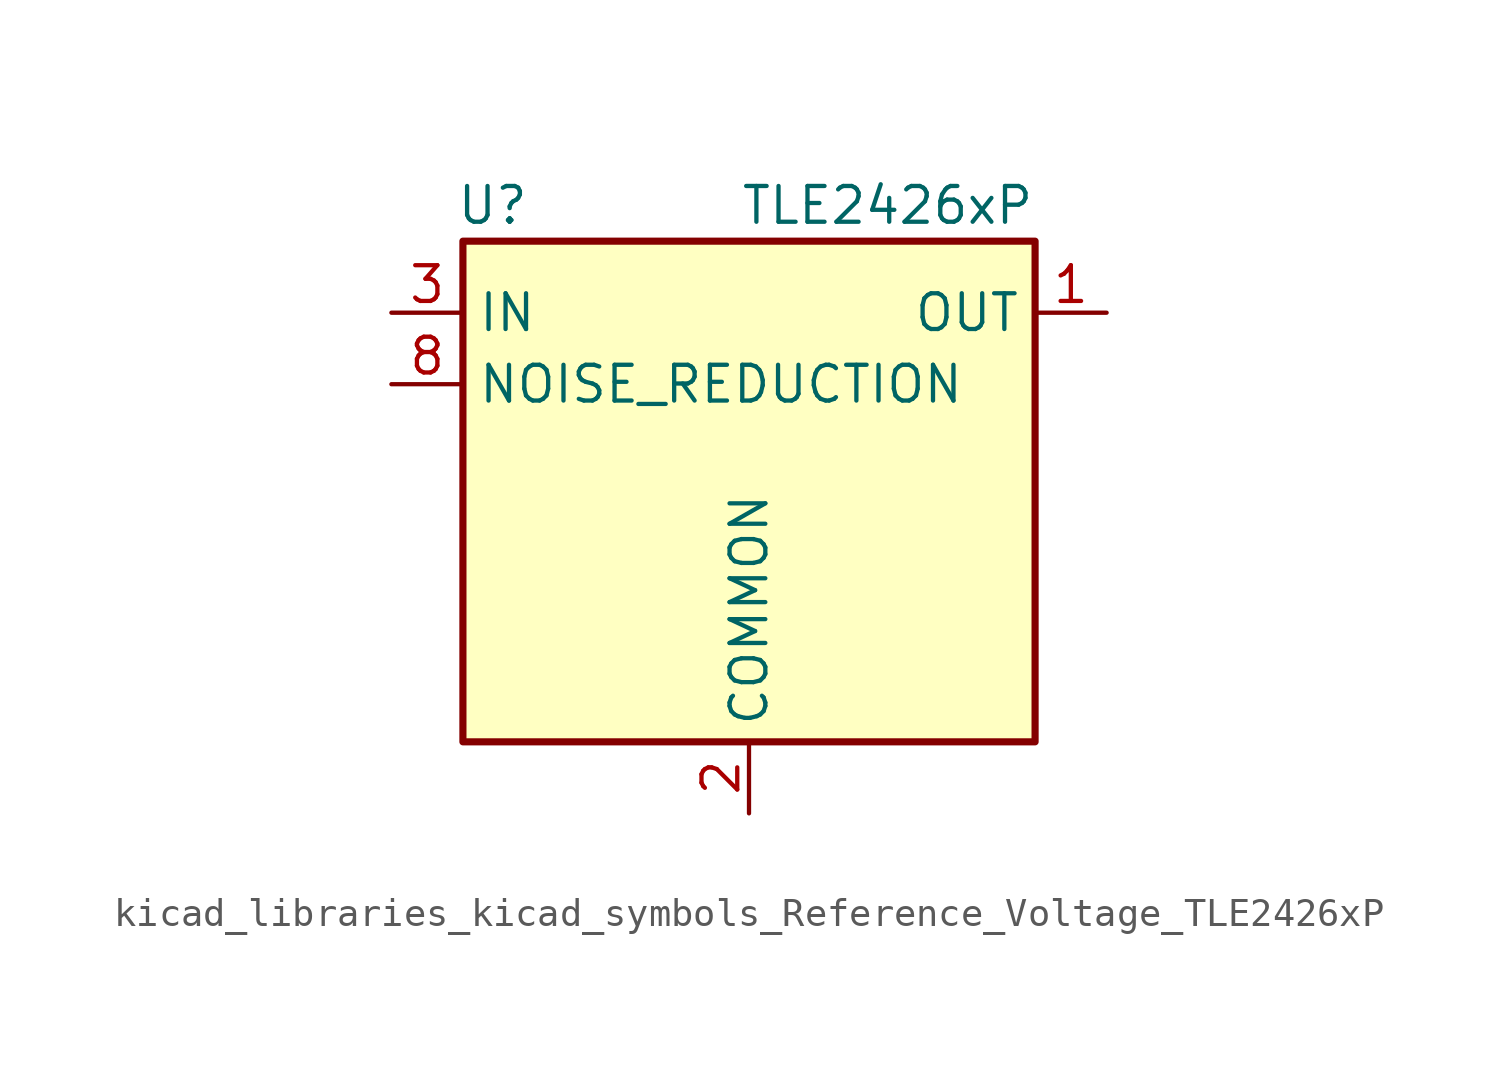
<source format=kicad_sym>
(kicad_symbol_lib
  (version 20220914)
  (generator kicad_symbol_editor)
  (symbol "kicad_libraries_kicad_symbols_Reference_Voltage_TLE2426xP"
    (property "Reference" "U"
      (at -10.414 8.89 0)
      (effects (font (size 1.27 1.27)) (justify left)))
    (property "Value" "TLE2426xP"
      (at 10.16 8.89 0)
      (effects (font (size 1.27 1.27)) (justify right)))
    (symbol "kicad_libraries_kicad_symbols_Reference_Voltage_TLE2426xP_0_1"
      (rectangle (start -10.16 7.62) (end 10.16 -10.16) (stroke (width 0.254) (type default)) (fill (type background))))
    (symbol "kicad_libraries_kicad_symbols_Reference_Voltage_TLE2426xP_1_1"
      (pin power_out line (at 12.7 5.08 180) (length 2.54) (name "OUT" (effects (font (size 1.27 1.27)))) (number "1" (effects (font (size 1.27 1.27)))))
      (pin power_in line (at 0 -12.7 90) (length 2.54) (name "COMMON" (effects (font (size 1.27 1.27)))) (number "2" (effects (font (size 1.27 1.27)))))
      (pin power_in line (at -12.7 5.08 0) (length 2.54) (name "IN" (effects (font (size 1.27 1.27)))) (number "3" (effects (font (size 1.27 1.27)))))
      (pin no_connect line (at -10.16 0 0) (length 2.54) hide (name "NC" (effects (font (size 1.27 1.27)))) (number "4" (effects (font (size 1.27 1.27)))))
      (pin no_connect line (at -10.16 -2.54 0) (length 2.54) hide (name "NC" (effects (font (size 1.27 1.27)))) (number "5" (effects (font (size 1.27 1.27)))))
      (pin no_connect line (at 10.16 0 180) (length 2.54) hide (name "NC" (effects (font (size 1.27 1.27)))) (number "6" (effects (font (size 1.27 1.27)))))
      (pin no_connect line (at 10.16 -2.54 180) (length 2.54) hide (name "NC" (effects (font (size 1.27 1.27)))) (number "7" (effects (font (size 1.27 1.27)))))
      (pin passive line (at -12.7 2.54 0) (length 2.54) (name "NOISE_REDUCTION" (effects (font (size 1.27 1.27)))) (number "8" (effects (font (size 1.27 1.27))))))))
</source>
